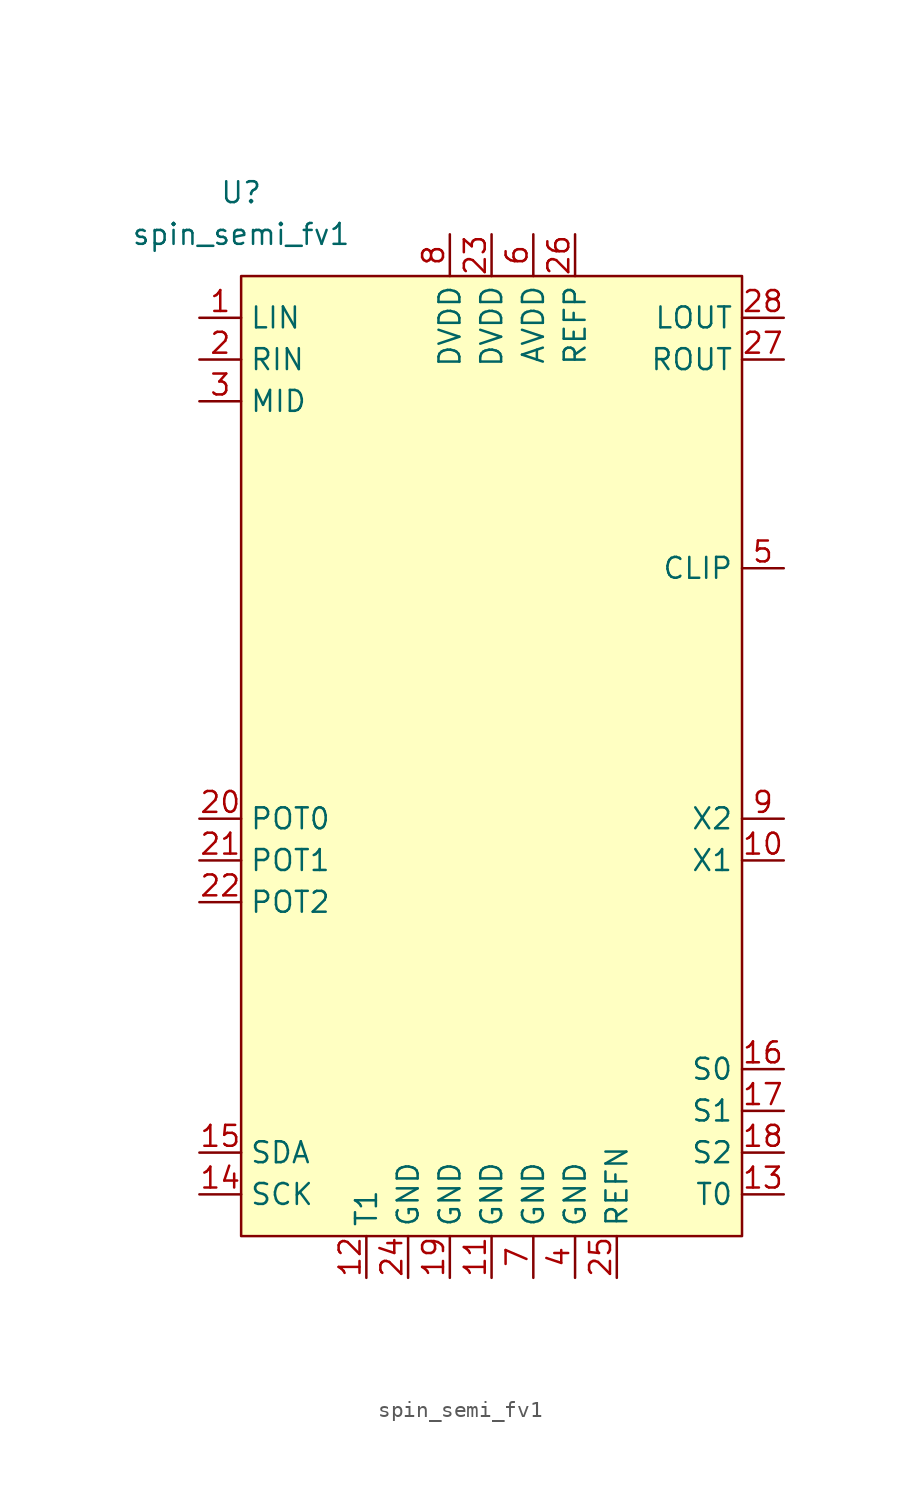
<source format=kicad_sym>
(kicad_symbol_lib
  (version 20220914)
  (generator kicad_symbol_editor)
  (symbol "spin_semi_fv1"
    (property "Reference" "U"
      (at -7.62 38.1 0)
      (effects (font (size 1.27 1.27))))
    (property "Value" "spin_semi_fv1"
      (at -7.62 35.56 0)
      (effects (font (size 1.27 1.27))))
    (symbol "spin_semi_fv1_0_1"
      (rectangle (start -7.62 33.02) (end 22.86 -25.4) (stroke (width 0) (type default)) (fill (type background))))
    (symbol "spin_semi_fv1_1_1"
      (pin input line (at -10.16 30.48 0) (length 2.54) (name "LIN" (effects (font (size 1.27 1.27)))) (number "1" (effects (font (size 1.27 1.27)))))
      (pin bidirectional line (at 25.4 -2.54 180) (length 2.54) (name "X1" (effects (font (size 1.27 1.27)))) (number "10" (effects (font (size 1.27 1.27)))))
      (pin power_in line (at 7.62 -27.94 90) (length 2.54) (name "GND" (effects (font (size 1.27 1.27)))) (number "11" (effects (font (size 1.27 1.27)))))
      (pin input line (at 0 -27.94 90) (length 2.54) (name "T1" (effects (font (size 1.27 1.27)))) (number "12" (effects (font (size 1.27 1.27)))))
      (pin input line (at 25.4 -22.86 180) (length 2.54) (name "T0" (effects (font (size 1.27 1.27)))) (number "13" (effects (font (size 1.27 1.27)))))
      (pin input line (at -10.16 -22.86 0) (length 2.54) (name "SCK" (effects (font (size 1.27 1.27)))) (number "14" (effects (font (size 1.27 1.27)))))
      (pin input line (at -10.16 -20.32 0) (length 2.54) (name "SDA" (effects (font (size 1.27 1.27)))) (number "15" (effects (font (size 1.27 1.27)))))
      (pin input line (at 25.4 -15.24 180) (length 2.54) (name "S0" (effects (font (size 1.27 1.27)))) (number "16" (effects (font (size 1.27 1.27)))))
      (pin input line (at 25.4 -17.78 180) (length 2.54) (name "S1" (effects (font (size 1.27 1.27)))) (number "17" (effects (font (size 1.27 1.27)))))
      (pin input line (at 25.4 -20.32 180) (length 2.54) (name "S2" (effects (font (size 1.27 1.27)))) (number "18" (effects (font (size 1.27 1.27)))))
      (pin power_in line (at 5.08 -27.94 90) (length 2.54) (name "GND" (effects (font (size 1.27 1.27)))) (number "19" (effects (font (size 1.27 1.27)))))
      (pin input line (at -10.16 27.94 0) (length 2.54) (name "RIN" (effects (font (size 1.27 1.27)))) (number "2" (effects (font (size 1.27 1.27)))))
      (pin input line (at -10.16 0 0) (length 2.54) (name "POT0" (effects (font (size 1.27 1.27)))) (number "20" (effects (font (size 1.27 1.27)))))
      (pin input line (at -10.16 -2.54 0) (length 2.54) (name "POT1" (effects (font (size 1.27 1.27)))) (number "21" (effects (font (size 1.27 1.27)))))
      (pin input line (at -10.16 -5.08 0) (length 2.54) (name "POT2" (effects (font (size 1.27 1.27)))) (number "22" (effects (font (size 1.27 1.27)))))
      (pin power_in line (at 7.62 35.56 270) (length 2.54) (name "DVDD" (effects (font (size 1.27 1.27)))) (number "23" (effects (font (size 1.27 1.27)))))
      (pin power_in line (at 2.54 -27.94 90) (length 2.54) (name "GND" (effects (font (size 1.27 1.27)))) (number "24" (effects (font (size 1.27 1.27)))))
      (pin input line (at 15.24 -27.94 90) (length 2.54) (name "REFN" (effects (font (size 1.27 1.27)))) (number "25" (effects (font (size 1.27 1.27)))))
      (pin input line (at 12.7 35.56 270) (length 2.54) (name "REFP" (effects (font (size 1.27 1.27)))) (number "26" (effects (font (size 1.27 1.27)))))
      (pin output line (at 25.4 27.94 180) (length 2.54) (name "ROUT" (effects (font (size 1.27 1.27)))) (number "27" (effects (font (size 1.27 1.27)))))
      (pin output line (at 25.4 30.48 180) (length 2.54) (name "LOUT" (effects (font (size 1.27 1.27)))) (number "28" (effects (font (size 1.27 1.27)))))
      (pin input line (at -10.16 25.4 0) (length 2.54) (name "MID" (effects (font (size 1.27 1.27)))) (number "3" (effects (font (size 1.27 1.27)))))
      (pin power_in line (at 12.7 -27.94 90) (length 2.54) (name "GND" (effects (font (size 1.27 1.27)))) (number "4" (effects (font (size 1.27 1.27)))))
      (pin output line (at 25.4 15.24 180) (length 2.54) (name "CLIP" (effects (font (size 1.27 1.27)))) (number "5" (effects (font (size 1.27 1.27)))))
      (pin power_in line (at 10.16 35.56 270) (length 2.54) (name "AVDD" (effects (font (size 1.27 1.27)))) (number "6" (effects (font (size 1.27 1.27)))))
      (pin power_in line (at 10.16 -27.94 90) (length 2.54) (name "GND" (effects (font (size 1.27 1.27)))) (number "7" (effects (font (size 1.27 1.27)))))
      (pin power_in line (at 5.08 35.56 270) (length 2.54) (name "DVDD" (effects (font (size 1.27 1.27)))) (number "8" (effects (font (size 1.27 1.27)))))
      (pin bidirectional line (at 25.4 0 180) (length 2.54) (name "X2" (effects (font (size 1.27 1.27)))) (number "9" (effects (font (size 1.27 1.27))))))))
</source>
